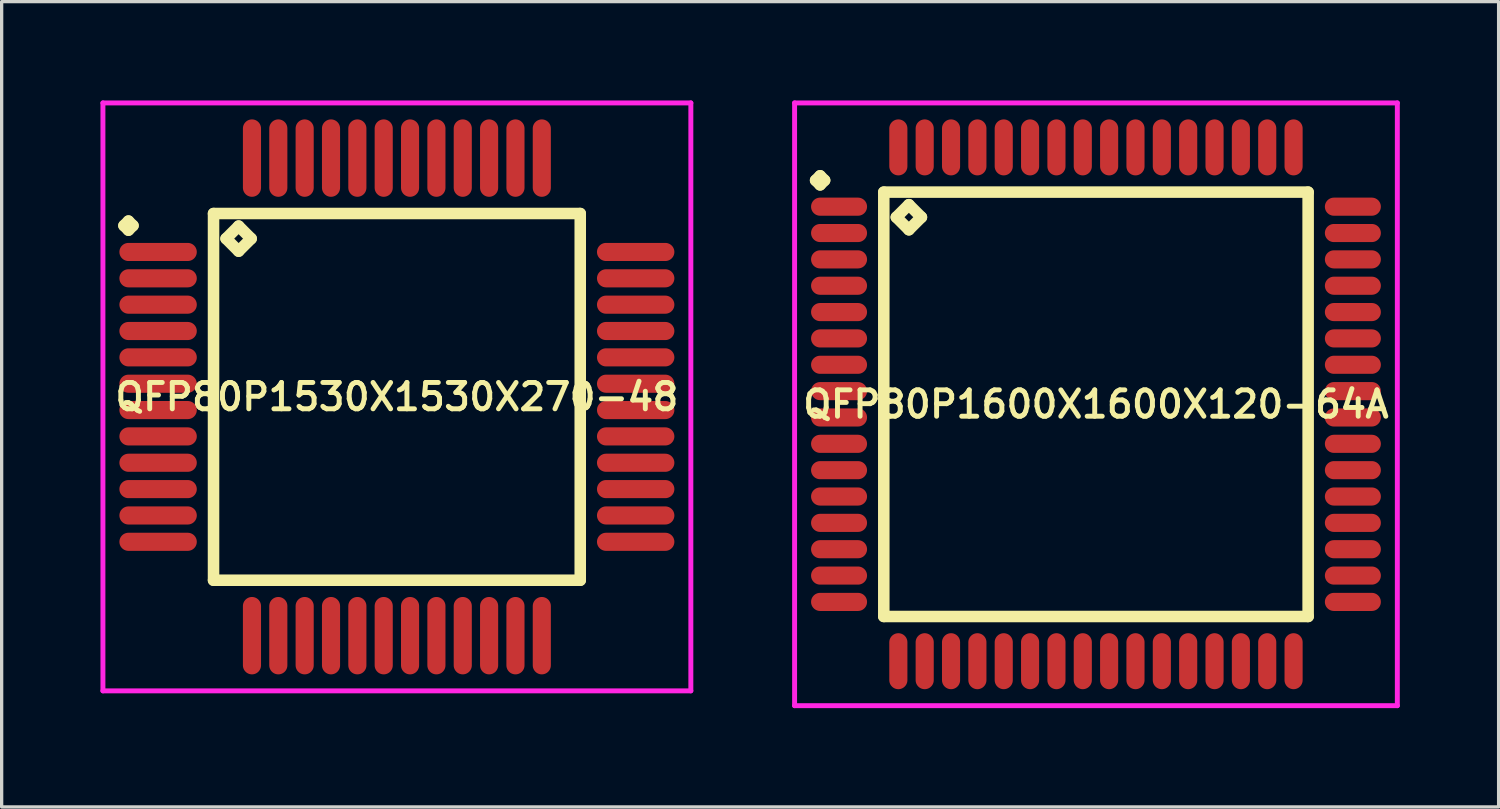
<source format=kicad_pcb>
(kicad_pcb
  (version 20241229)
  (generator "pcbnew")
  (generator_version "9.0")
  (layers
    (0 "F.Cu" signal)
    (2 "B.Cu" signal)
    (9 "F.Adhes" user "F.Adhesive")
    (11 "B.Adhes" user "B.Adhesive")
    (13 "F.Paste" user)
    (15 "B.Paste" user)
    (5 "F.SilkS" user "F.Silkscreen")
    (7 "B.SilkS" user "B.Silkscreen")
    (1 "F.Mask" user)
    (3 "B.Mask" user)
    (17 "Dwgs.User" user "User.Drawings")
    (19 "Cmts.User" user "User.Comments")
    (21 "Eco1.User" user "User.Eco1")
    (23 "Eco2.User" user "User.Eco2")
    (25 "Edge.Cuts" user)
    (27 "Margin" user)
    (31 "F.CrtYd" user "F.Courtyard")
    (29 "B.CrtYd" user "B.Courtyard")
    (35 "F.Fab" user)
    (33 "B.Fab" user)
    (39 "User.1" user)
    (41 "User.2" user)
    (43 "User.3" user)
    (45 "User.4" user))
  (footprint "QFP80P1600X1600X120-64A"
    (layer "F.Cu")
    (at 30.225 9.225)
    (property "Reference" "QFP80P1600X1600X120-64A" (at 0 0 0) (layer "F.SilkS") (effects (font (size 0.8 0.8) (thickness 0.15))))
    (attr smd)
    (fp_line (start -8.512 -6.8) (end -8.375 -6.938) (stroke (width 0.35) (type solid)) (layer "F.SilkS"))
    (fp_line (start -8.375 -6.938) (end -8.238 -6.8) (stroke (width 0.35) (type solid)) (layer "F.SilkS"))
    (fp_line (start -8.375 -6.662) (end -8.512 -6.8) (stroke (width 0.35) (type solid)) (layer "F.SilkS"))
    (fp_line (start -8.238 -6.8) (end -8.375 -6.662) (stroke (width 0.35) (type solid)) (layer "F.SilkS"))
    (fp_line (start -6.442 -6.442) (end -6.442 6.442) (stroke (width 0.35) (type solid)) (layer "F.SilkS"))
    (fp_line (start -6.442 6.442) (end 6.442 6.442) (stroke (width 0.35) (type solid)) (layer "F.SilkS"))
    (fp_line (start -6.061 -5.68) (end -5.68 -6.061) (stroke (width 0.35) (type solid)) (layer "F.SilkS"))
    (fp_line (start -5.68 -6.061) (end -5.299 -5.68) (stroke (width 0.35) (type solid)) (layer "F.SilkS"))
    (fp_line (start -5.68 -5.299) (end -6.061 -5.68) (stroke (width 0.35) (type solid)) (layer "F.SilkS"))
    (fp_line (start -5.299 -5.68) (end -5.68 -5.299) (stroke (width 0.35) (type solid)) (layer "F.SilkS"))
    (fp_line (start 6.442 -6.442) (end -6.442 -6.442) (stroke (width 0.35) (type solid)) (layer "F.SilkS"))
    (fp_line (start 6.442 6.442) (end 6.442 -6.442) (stroke (width 0.35) (type solid)) (layer "F.SilkS"))
    (fp_line (start -9.15 -9.15) (end 9.15 -9.15) (stroke (width 0.15) (type solid)) (layer "F.CrtYd"))
    (fp_line (start -9.15 9.15) (end -9.15 -9.15) (stroke (width 0.15) (type solid)) (layer "F.CrtYd"))
    (fp_line (start 9.15 -9.15) (end 9.15 9.15) (stroke (width 0.15) (type solid)) (layer "F.CrtYd"))
    (fp_line (start 9.15 9.15) (end -9.15 9.15) (stroke (width 0.15) (type solid)) (layer "F.CrtYd"))
    (pad "1" smd oval (at -7.8 -6) (size 1.7 0.55) (layers "F.Cu" "F.Mask" "F.Paste"))
    (pad "2" smd oval (at -7.8 -5.2) (size 1.7 0.55) (layers "F.Cu" "F.Mask" "F.Paste"))
    (pad "3" smd oval (at -7.8 -4.4) (size 1.7 0.55) (layers "F.Cu" "F.Mask" "F.Paste"))
    (pad "4" smd oval (at -7.8 -3.6) (size 1.7 0.55) (layers "F.Cu" "F.Mask" "F.Paste"))
    (pad "5" smd oval (at -7.8 -2.8) (size 1.7 0.55) (layers "F.Cu" "F.Mask" "F.Paste"))
    (pad "6" smd oval (at -7.8 -2) (size 1.7 0.55) (layers "F.Cu" "F.Mask" "F.Paste"))
    (pad "7" smd oval (at -7.8 -1.2) (size 1.7 0.55) (layers "F.Cu" "F.Mask" "F.Paste"))
    (pad "8" smd oval (at -7.8 -0.4) (size 1.7 0.55) (layers "F.Cu" "F.Mask" "F.Paste"))
    (pad "9" smd oval (at -7.8 0.4) (size 1.7 0.55) (layers "F.Cu" "F.Mask" "F.Paste"))
    (pad "10" smd oval (at -7.8 1.2) (size 1.7 0.55) (layers "F.Cu" "F.Mask" "F.Paste"))
    (pad "11" smd oval (at -7.8 2) (size 1.7 0.55) (layers "F.Cu" "F.Mask" "F.Paste"))
    (pad "12" smd oval (at -7.8 2.8) (size 1.7 0.55) (layers "F.Cu" "F.Mask" "F.Paste"))
    (pad "13" smd oval (at -7.8 3.6) (size 1.7 0.55) (layers "F.Cu" "F.Mask" "F.Paste"))
    (pad "14" smd oval (at -7.8 4.4) (size 1.7 0.55) (layers "F.Cu" "F.Mask" "F.Paste"))
    (pad "15" smd oval (at -7.8 5.2) (size 1.7 0.55) (layers "F.Cu" "F.Mask" "F.Paste"))
    (pad "16" smd oval (at -7.8 6) (size 1.7 0.55) (layers "F.Cu" "F.Mask" "F.Paste"))
    (pad "17" smd oval (at -6 7.8) (size 0.55 1.7) (layers "F.Cu" "F.Mask" "F.Paste"))
    (pad "18" smd oval (at -5.2 7.8) (size 0.55 1.7) (layers "F.Cu" "F.Mask" "F.Paste"))
    (pad "19" smd oval (at -4.4 7.8) (size 0.55 1.7) (layers "F.Cu" "F.Mask" "F.Paste"))
    (pad "20" smd oval (at -3.6 7.8) (size 0.55 1.7) (layers "F.Cu" "F.Mask" "F.Paste"))
    (pad "21" smd oval (at -2.8 7.8) (size 0.55 1.7) (layers "F.Cu" "F.Mask" "F.Paste"))
    (pad "22" smd oval (at -2 7.8) (size 0.55 1.7) (layers "F.Cu" "F.Mask" "F.Paste"))
    (pad "23" smd oval (at -1.2 7.8) (size 0.55 1.7) (layers "F.Cu" "F.Mask" "F.Paste"))
    (pad "24" smd oval (at -0.4 7.8) (size 0.55 1.7) (layers "F.Cu" "F.Mask" "F.Paste"))
    (pad "25" smd oval (at 0.4 7.8) (size 0.55 1.7) (layers "F.Cu" "F.Mask" "F.Paste"))
    (pad "26" smd oval (at 1.2 7.8) (size 0.55 1.7) (layers "F.Cu" "F.Mask" "F.Paste"))
    (pad "27" smd oval (at 2 7.8) (size 0.55 1.7) (layers "F.Cu" "F.Mask" "F.Paste"))
    (pad "28" smd oval (at 2.8 7.8) (size 0.55 1.7) (layers "F.Cu" "F.Mask" "F.Paste"))
    (pad "29" smd oval (at 3.6 7.8) (size 0.55 1.7) (layers "F.Cu" "F.Mask" "F.Paste"))
    (pad "30" smd oval (at 4.4 7.8) (size 0.55 1.7) (layers "F.Cu" "F.Mask" "F.Paste"))
    (pad "31" smd oval (at 5.2 7.8) (size 0.55 1.7) (layers "F.Cu" "F.Mask" "F.Paste"))
    (pad "32" smd oval (at 6 7.8) (size 0.55 1.7) (layers "F.Cu" "F.Mask" "F.Paste"))
    (pad "33" smd oval (at 7.8 6) (size 1.7 0.55) (layers "F.Cu" "F.Mask" "F.Paste"))
    (pad "34" smd oval (at 7.8 5.2) (size 1.7 0.55) (layers "F.Cu" "F.Mask" "F.Paste"))
    (pad "35" smd oval (at 7.8 4.4) (size 1.7 0.55) (layers "F.Cu" "F.Mask" "F.Paste"))
    (pad "36" smd oval (at 7.8 3.6) (size 1.7 0.55) (layers "F.Cu" "F.Mask" "F.Paste"))
    (pad "37" smd oval (at 7.8 2.8) (size 1.7 0.55) (layers "F.Cu" "F.Mask" "F.Paste"))
    (pad "38" smd oval (at 7.8 2) (size 1.7 0.55) (layers "F.Cu" "F.Mask" "F.Paste"))
    (pad "39" smd oval (at 7.8 1.2) (size 1.7 0.55) (layers "F.Cu" "F.Mask" "F.Paste"))
    (pad "40" smd oval (at 7.8 0.4) (size 1.7 0.55) (layers "F.Cu" "F.Mask" "F.Paste"))
    (pad "41" smd oval (at 7.8 -0.4) (size 1.7 0.55) (layers "F.Cu" "F.Mask" "F.Paste"))
    (pad "42" smd oval (at 7.8 -1.2) (size 1.7 0.55) (layers "F.Cu" "F.Mask" "F.Paste"))
    (pad "43" smd oval (at 7.8 -2) (size 1.7 0.55) (layers "F.Cu" "F.Mask" "F.Paste"))
    (pad "44" smd oval (at 7.8 -2.8) (size 1.7 0.55) (layers "F.Cu" "F.Mask" "F.Paste"))
    (pad "45" smd oval (at 7.8 -3.6) (size 1.7 0.55) (layers "F.Cu" "F.Mask" "F.Paste"))
    (pad "46" smd oval (at 7.8 -4.4) (size 1.7 0.55) (layers "F.Cu" "F.Mask" "F.Paste"))
    (pad "47" smd oval (at 7.8 -5.2) (size 1.7 0.55) (layers "F.Cu" "F.Mask" "F.Paste"))
    (pad "48" smd oval (at 7.8 -6) (size 1.7 0.55) (layers "F.Cu" "F.Mask" "F.Paste"))
    (pad "49" smd oval (at 6 -7.8) (size 0.55 1.7) (layers "F.Cu" "F.Mask" "F.Paste"))
    (pad "50" smd oval (at 5.2 -7.8) (size 0.55 1.7) (layers "F.Cu" "F.Mask" "F.Paste"))
    (pad "51" smd oval (at 4.4 -7.8) (size 0.55 1.7) (layers "F.Cu" "F.Mask" "F.Paste"))
    (pad "52" smd oval (at 3.6 -7.8) (size 0.55 1.7) (layers "F.Cu" "F.Mask" "F.Paste"))
    (pad "53" smd oval (at 2.8 -7.8) (size 0.55 1.7) (layers "F.Cu" "F.Mask" "F.Paste"))
    (pad "54" smd oval (at 2 -7.8) (size 0.55 1.7) (layers "F.Cu" "F.Mask" "F.Paste"))
    (pad "55" smd oval (at 1.2 -7.8) (size 0.55 1.7) (layers "F.Cu" "F.Mask" "F.Paste"))
    (pad "56" smd oval (at 0.4 -7.8) (size 0.55 1.7) (layers "F.Cu" "F.Mask" "F.Paste"))
    (pad "57" smd oval (at -0.4 -7.8) (size 0.55 1.7) (layers "F.Cu" "F.Mask" "F.Paste"))
    (pad "58" smd oval (at -1.2 -7.8) (size 0.55 1.7) (layers "F.Cu" "F.Mask" "F.Paste"))
    (pad "59" smd oval (at -2 -7.8) (size 0.55 1.7) (layers "F.Cu" "F.Mask" "F.Paste"))
    (pad "60" smd oval (at -2.8 -7.8) (size 0.55 1.7) (layers "F.Cu" "F.Mask" "F.Paste"))
    (pad "61" smd oval (at -3.6 -7.8) (size 0.55 1.7) (layers "F.Cu" "F.Mask" "F.Paste"))
    (pad "62" smd oval (at -4.4 -7.8) (size 0.55 1.7) (layers "F.Cu" "F.Mask" "F.Paste"))
    (pad "63" smd oval (at -5.2 -7.8) (size 0.55 1.7) (layers "F.Cu" "F.Mask" "F.Paste"))
    (pad "64" smd oval (at -6 -7.8) (size 0.55 1.7) (layers "F.Cu" "F.Mask" "F.Paste")))
  (footprint "QFP80P1530X1530X270-48"
    (layer "F.Cu")
    (at 9 9)
    (property "Reference" "QFP80P1530X1530X270-48" (at 0 0 0) (layer "F.SilkS") (effects (font (size 0.8 0.8) (thickness 0.15))))
    (attr smd)
    (fp_line (start -8.287 -5.2) (end -8.15 -5.338) (stroke (width 0.35) (type solid)) (layer "F.SilkS"))
    (fp_line (start -8.15 -5.338) (end -8.012 -5.2) (stroke (width 0.35) (type solid)) (layer "F.SilkS"))
    (fp_line (start -8.15 -5.062) (end -8.287 -5.2) (stroke (width 0.35) (type solid)) (layer "F.SilkS"))
    (fp_line (start -8.012 -5.2) (end -8.15 -5.062) (stroke (width 0.35) (type solid)) (layer "F.SilkS"))
    (fp_line (start -5.567 -5.567) (end -5.567 5.567) (stroke (width 0.35) (type solid)) (layer "F.SilkS"))
    (fp_line (start -5.567 5.567) (end 5.567 5.567) (stroke (width 0.35) (type solid)) (layer "F.SilkS"))
    (fp_line (start -5.186 -4.805) (end -4.805 -5.186) (stroke (width 0.35) (type solid)) (layer "F.SilkS"))
    (fp_line (start -4.805 -5.186) (end -4.424 -4.805) (stroke (width 0.35) (type solid)) (layer "F.SilkS"))
    (fp_line (start -4.805 -4.424) (end -5.186 -4.805) (stroke (width 0.35) (type solid)) (layer "F.SilkS"))
    (fp_line (start -4.424 -4.805) (end -4.805 -4.424) (stroke (width 0.35) (type solid)) (layer "F.SilkS"))
    (fp_line (start 5.567 -5.567) (end -5.567 -5.567) (stroke (width 0.35) (type solid)) (layer "F.SilkS"))
    (fp_line (start 5.567 5.567) (end 5.567 -5.567) (stroke (width 0.35) (type solid)) (layer "F.SilkS"))
    (fp_line (start -8.925 -8.925) (end 8.925 -8.925) (stroke (width 0.15) (type solid)) (layer "F.CrtYd"))
    (fp_line (start -8.925 8.925) (end -8.925 -8.925) (stroke (width 0.15) (type solid)) (layer "F.CrtYd"))
    (fp_line (start 8.925 -8.925) (end 8.925 8.925) (stroke (width 0.15) (type solid)) (layer "F.CrtYd"))
    (fp_line (start 8.925 8.925) (end -8.925 8.925) (stroke (width 0.15) (type solid)) (layer "F.CrtYd"))
    (pad "1" smd oval (at -7.25 -4.4) (size 2.35 0.55) (layers "F.Cu" "F.Mask" "F.Paste"))
    (pad "2" smd oval (at -7.25 -3.6) (size 2.35 0.55) (layers "F.Cu" "F.Mask" "F.Paste"))
    (pad "3" smd oval (at -7.25 -2.8) (size 2.35 0.55) (layers "F.Cu" "F.Mask" "F.Paste"))
    (pad "4" smd oval (at -7.25 -2) (size 2.35 0.55) (layers "F.Cu" "F.Mask" "F.Paste"))
    (pad "5" smd oval (at -7.25 -1.2) (size 2.35 0.55) (layers "F.Cu" "F.Mask" "F.Paste"))
    (pad "6" smd oval (at -7.25 -0.4) (size 2.35 0.55) (layers "F.Cu" "F.Mask" "F.Paste"))
    (pad "7" smd oval (at -7.25 0.4) (size 2.35 0.55) (layers "F.Cu" "F.Mask" "F.Paste"))
    (pad "8" smd oval (at -7.25 1.2) (size 2.35 0.55) (layers "F.Cu" "F.Mask" "F.Paste"))
    (pad "9" smd oval (at -7.25 2) (size 2.35 0.55) (layers "F.Cu" "F.Mask" "F.Paste"))
    (pad "10" smd oval (at -7.25 2.8) (size 2.35 0.55) (layers "F.Cu" "F.Mask" "F.Paste"))
    (pad "11" smd oval (at -7.25 3.6) (size 2.35 0.55) (layers "F.Cu" "F.Mask" "F.Paste"))
    (pad "12" smd oval (at -7.25 4.4) (size 2.35 0.55) (layers "F.Cu" "F.Mask" "F.Paste"))
    (pad "13" smd oval (at -4.4 7.25) (size 0.55 2.35) (layers "F.Cu" "F.Mask" "F.Paste"))
    (pad "14" smd oval (at -3.6 7.25) (size 0.55 2.35) (layers "F.Cu" "F.Mask" "F.Paste"))
    (pad "15" smd oval (at -2.8 7.25) (size 0.55 2.35) (layers "F.Cu" "F.Mask" "F.Paste"))
    (pad "16" smd oval (at -2 7.25) (size 0.55 2.35) (layers "F.Cu" "F.Mask" "F.Paste"))
    (pad "17" smd oval (at -1.2 7.25) (size 0.55 2.35) (layers "F.Cu" "F.Mask" "F.Paste"))
    (pad "18" smd oval (at -0.4 7.25) (size 0.55 2.35) (layers "F.Cu" "F.Mask" "F.Paste"))
    (pad "19" smd oval (at 0.4 7.25) (size 0.55 2.35) (layers "F.Cu" "F.Mask" "F.Paste"))
    (pad "20" smd oval (at 1.2 7.25) (size 0.55 2.35) (layers "F.Cu" "F.Mask" "F.Paste"))
    (pad "21" smd oval (at 2 7.25) (size 0.55 2.35) (layers "F.Cu" "F.Mask" "F.Paste"))
    (pad "22" smd oval (at 2.8 7.25) (size 0.55 2.35) (layers "F.Cu" "F.Mask" "F.Paste"))
    (pad "23" smd oval (at 3.6 7.25) (size 0.55 2.35) (layers "F.Cu" "F.Mask" "F.Paste"))
    (pad "24" smd oval (at 4.4 7.25) (size 0.55 2.35) (layers "F.Cu" "F.Mask" "F.Paste"))
    (pad "25" smd oval (at 7.25 4.4) (size 2.35 0.55) (layers "F.Cu" "F.Mask" "F.Paste"))
    (pad "26" smd oval (at 7.25 3.6) (size 2.35 0.55) (layers "F.Cu" "F.Mask" "F.Paste"))
    (pad "27" smd oval (at 7.25 2.8) (size 2.35 0.55) (layers "F.Cu" "F.Mask" "F.Paste"))
    (pad "28" smd oval (at 7.25 2) (size 2.35 0.55) (layers "F.Cu" "F.Mask" "F.Paste"))
    (pad "29" smd oval (at 7.25 1.2) (size 2.35 0.55) (layers "F.Cu" "F.Mask" "F.Paste"))
    (pad "30" smd oval (at 7.25 0.4) (size 2.35 0.55) (layers "F.Cu" "F.Mask" "F.Paste"))
    (pad "31" smd oval (at 7.25 -0.4) (size 2.35 0.55) (layers "F.Cu" "F.Mask" "F.Paste"))
    (pad "32" smd oval (at 7.25 -1.2) (size 2.35 0.55) (layers "F.Cu" "F.Mask" "F.Paste"))
    (pad "33" smd oval (at 7.25 -2) (size 2.35 0.55) (layers "F.Cu" "F.Mask" "F.Paste"))
    (pad "34" smd oval (at 7.25 -2.8) (size 2.35 0.55) (layers "F.Cu" "F.Mask" "F.Paste"))
    (pad "35" smd oval (at 7.25 -3.6) (size 2.35 0.55) (layers "F.Cu" "F.Mask" "F.Paste"))
    (pad "36" smd oval (at 7.25 -4.4) (size 2.35 0.55) (layers "F.Cu" "F.Mask" "F.Paste"))
    (pad "37" smd oval (at 4.4 -7.25) (size 0.55 2.35) (layers "F.Cu" "F.Mask" "F.Paste"))
    (pad "38" smd oval (at 3.6 -7.25) (size 0.55 2.35) (layers "F.Cu" "F.Mask" "F.Paste"))
    (pad "39" smd oval (at 2.8 -7.25) (size 0.55 2.35) (layers "F.Cu" "F.Mask" "F.Paste"))
    (pad "40" smd oval (at 2 -7.25) (size 0.55 2.35) (layers "F.Cu" "F.Mask" "F.Paste"))
    (pad "41" smd oval (at 1.2 -7.25) (size 0.55 2.35) (layers "F.Cu" "F.Mask" "F.Paste"))
    (pad "42" smd oval (at 0.4 -7.25) (size 0.55 2.35) (layers "F.Cu" "F.Mask" "F.Paste"))
    (pad "43" smd oval (at -0.4 -7.25) (size 0.55 2.35) (layers "F.Cu" "F.Mask" "F.Paste"))
    (pad "44" smd oval (at -1.2 -7.25) (size 0.55 2.35) (layers "F.Cu" "F.Mask" "F.Paste"))
    (pad "45" smd oval (at -2 -7.25) (size 0.55 2.35) (layers "F.Cu" "F.Mask" "F.Paste"))
    (pad "46" smd oval (at -2.8 -7.25) (size 0.55 2.35) (layers "F.Cu" "F.Mask" "F.Paste"))
    (pad "47" smd oval (at -3.6 -7.25) (size 0.55 2.35) (layers "F.Cu" "F.Mask" "F.Paste"))
    (pad "48" smd oval (at -4.4 -7.25) (size 0.55 2.35) (layers "F.Cu" "F.Mask" "F.Paste")))
  (gr_rect
    (start -3 -3)
    (end 42.45 21.45)
    (stroke (width 0.1) (type default))
    (fill no)
    (layer "Edge.Cuts")))
</source>
